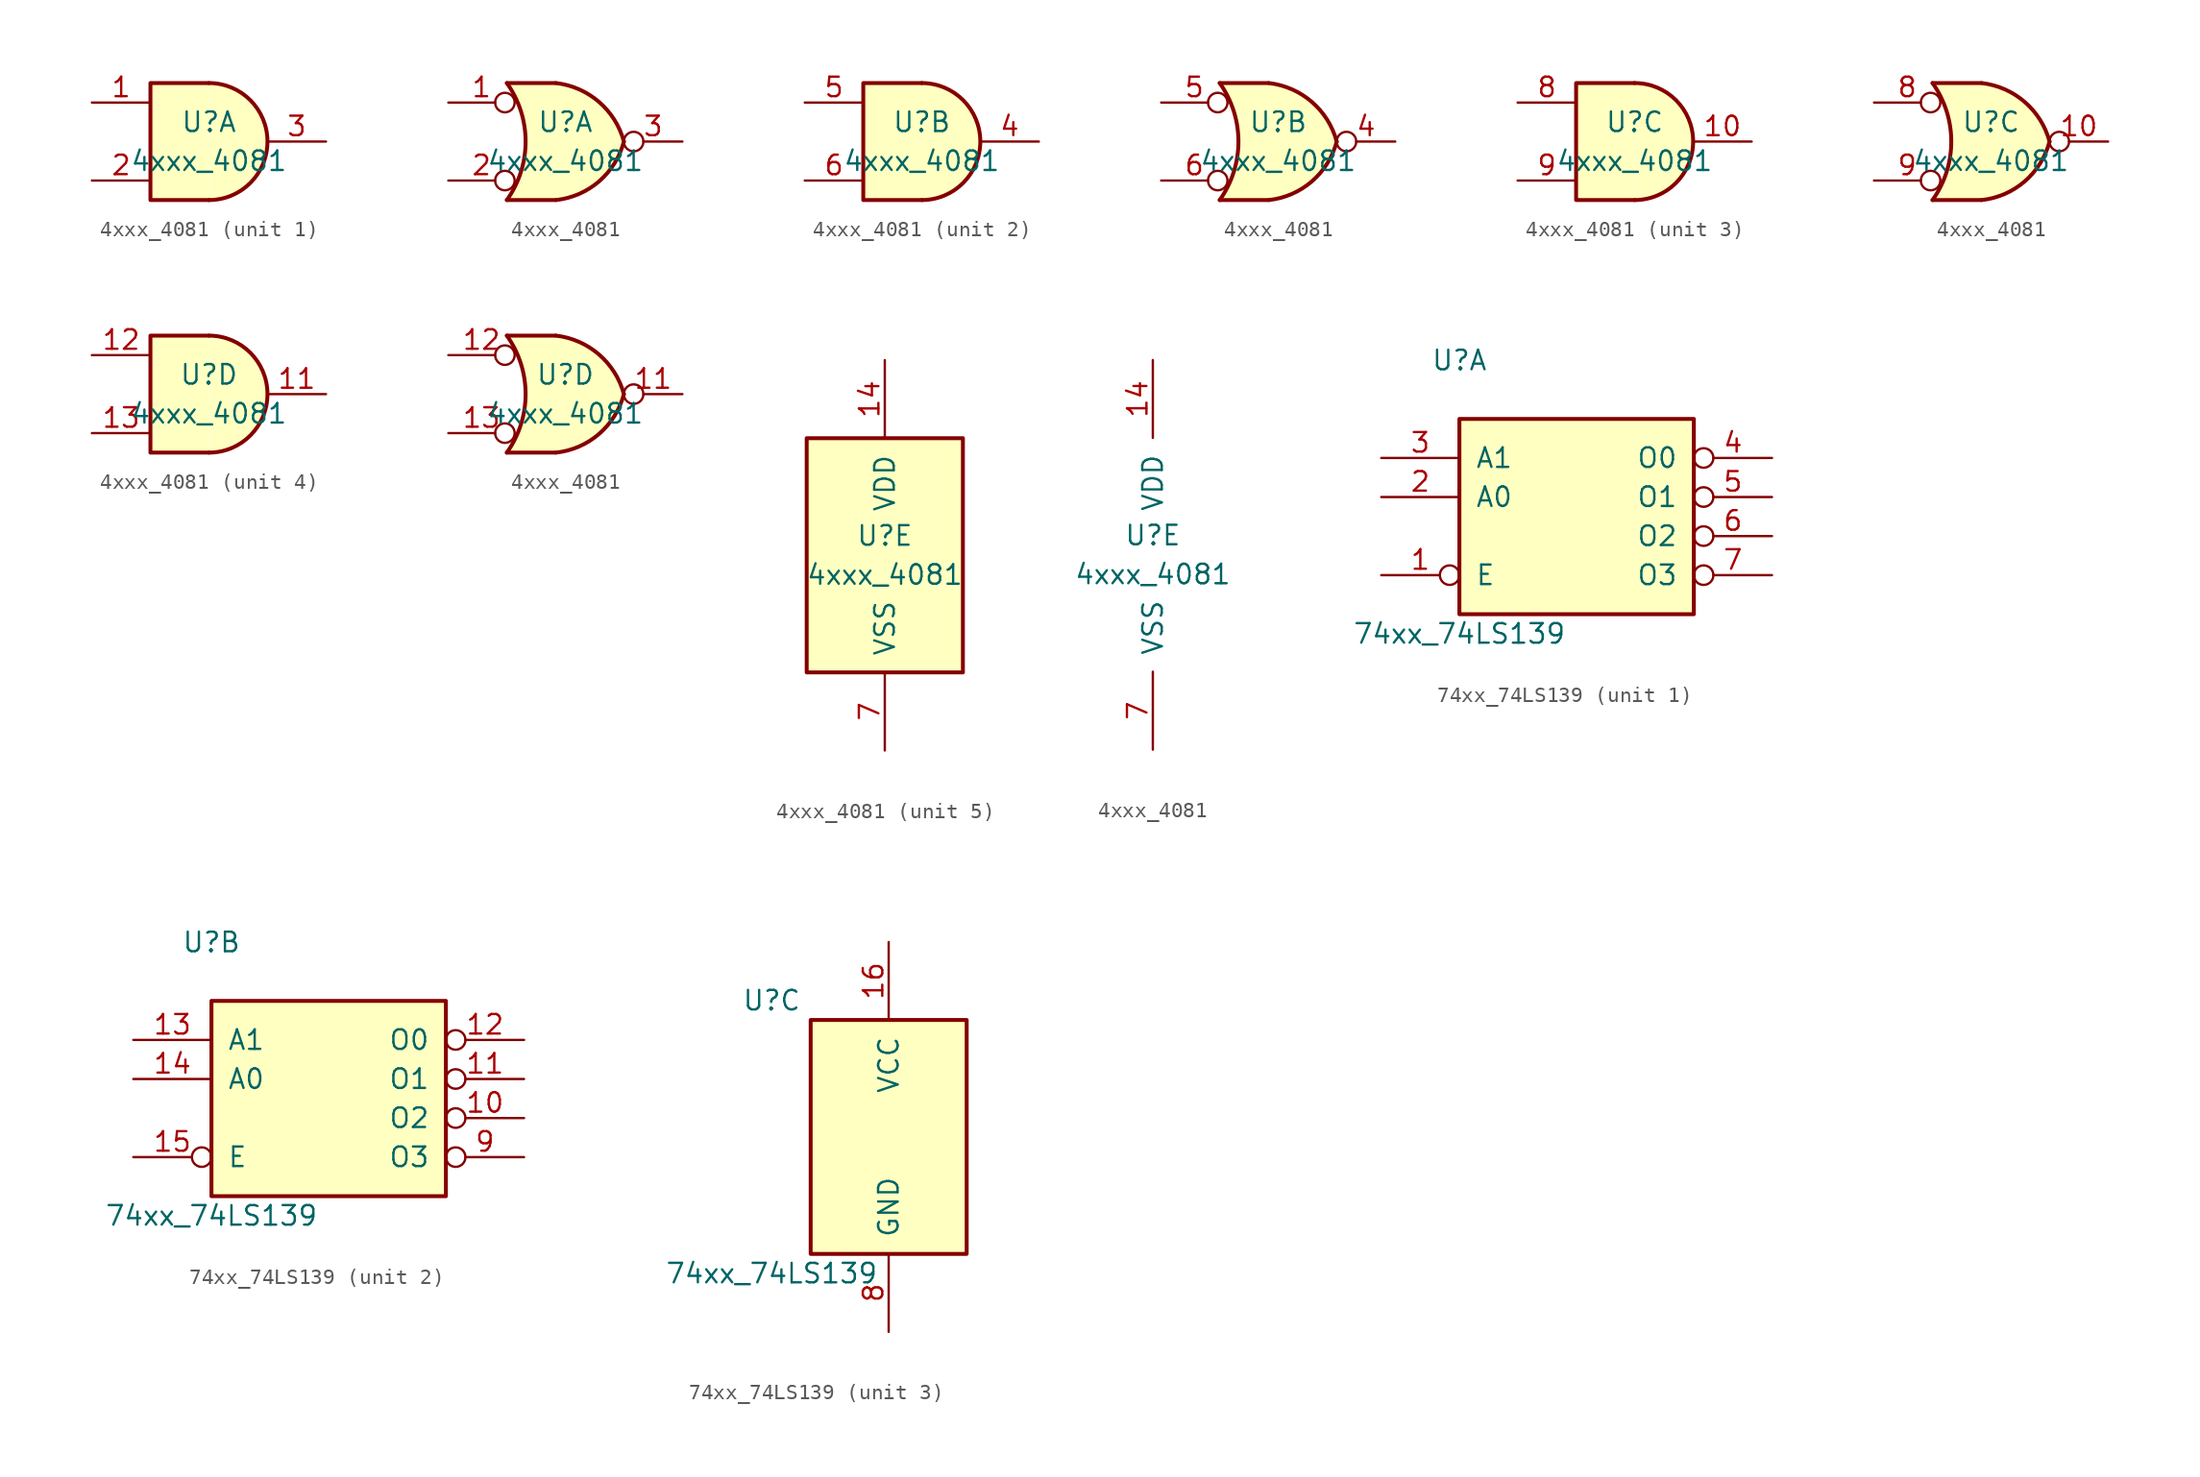
<source format=kicad_sym>
(kicad_symbol_lib
  (version 20241209)
  (generator "kicad_symbol_editor")
  (generator_version "9.0")
  (symbol "4xxx_4081"
    (pin_names
      (offset 1.016))
    (property "Reference" "U"
      (at 0 1.27 0)
      (effects (font (size 1.27 1.27))))
    (property "Value" "4xxx_4081"
      (at 0 -1.27 0)
      (effects (font (size 1.27 1.27))))
    (property "ki_locked" ""
      (at 0 0 0)
      (effects (font (size 1.27 1.27))))
    (symbol "4xxx_4081_1_1"
      (polyline (pts (xy 0 3.81) (xy -3.81 3.81) (xy -3.81 -3.81) (xy 0 -3.81)) (stroke (width 0.254) (type solid)) (fill (type background)))
      (arc (start 0 3.81) (mid 3.81 0) (end 0 -3.81) (stroke (width 0.254) (type solid)) (fill (type background)))
      (pin input line (at -7.62 2.54 0) (length 3.81) (name "~" (effects (font (size 1.27 1.27)))) (number "1" (effects (font (size 1.27 1.27)))))
      (pin input line (at -7.62 -2.54 0) (length 3.81) (name "~" (effects (font (size 1.27 1.27)))) (number "2" (effects (font (size 1.27 1.27)))))
      (pin output line (at 7.62 0 180) (length 3.81) (name "~" (effects (font (size 1.27 1.27)))) (number "3" (effects (font (size 1.27 1.27))))))
    (symbol "4xxx_4081_1_2"
      (arc (start -3.81 3.81) (mid -2.589 0) (end -3.81 -3.81) (stroke (width 0.254) (type solid)) (fill (type none)))
      (polyline (pts (xy -3.81 3.81) (xy -0.635 3.81)) (stroke (width 0.254) (type solid)) (fill (type background)))
      (polyline (pts (xy -3.81 -3.81) (xy -0.635 -3.81)) (stroke (width 0.254) (type solid)) (fill (type background)))
      (arc (start -0.6096 3.81) (mid 2.1842 2.5851) (end 3.81 0) (stroke (width 0.254) (type solid)) (fill (type background)))
      (arc (start 3.81 0) (mid 2.1915 -2.5936) (end -0.6096 -3.81) (stroke (width 0.254) (type solid)) (fill (type background)))
      (polyline (pts (xy -0.635 3.81) (xy -3.81 3.81) (xy -3.81 3.81) (xy -3.556 3.404) (xy -3.023 2.261) (xy -2.692 1.041) (xy -2.616 -0.254) (xy -2.769 -1.499) (xy -3.175 -2.718) (xy -3.81 -3.81) (xy -3.81 -3.81) (xy -0.635 -3.81)) (stroke (width -25.4) (type solid)) (fill (type background)))
      (pin input inverted (at -7.62 2.54 0) (length 4.318) (name "~" (effects (font (size 1.27 1.27)))) (number "1" (effects (font (size 1.27 1.27)))))
      (pin input inverted (at -7.62 -2.54 0) (length 4.318) (name "~" (effects (font (size 1.27 1.27)))) (number "2" (effects (font (size 1.27 1.27)))))
      (pin output inverted (at 7.62 0 180) (length 3.81) (name "~" (effects (font (size 1.27 1.27)))) (number "3" (effects (font (size 1.27 1.27))))))
    (symbol "4xxx_4081_2_1"
      (polyline (pts (xy 0 3.81) (xy -3.81 3.81) (xy -3.81 -3.81) (xy 0 -3.81)) (stroke (width 0.254) (type solid)) (fill (type background)))
      (arc (start 0 3.81) (mid 3.81 0) (end 0 -3.81) (stroke (width 0.254) (type solid)) (fill (type background)))
      (pin input line (at -7.62 2.54 0) (length 3.81) (name "~" (effects (font (size 1.27 1.27)))) (number "5" (effects (font (size 1.27 1.27)))))
      (pin input line (at -7.62 -2.54 0) (length 3.81) (name "~" (effects (font (size 1.27 1.27)))) (number "6" (effects (font (size 1.27 1.27)))))
      (pin output line (at 7.62 0 180) (length 3.81) (name "~" (effects (font (size 1.27 1.27)))) (number "4" (effects (font (size 1.27 1.27))))))
    (symbol "4xxx_4081_2_2"
      (arc (start -3.81 3.81) (mid -2.589 0) (end -3.81 -3.81) (stroke (width 0.254) (type solid)) (fill (type none)))
      (polyline (pts (xy -3.81 3.81) (xy -0.635 3.81)) (stroke (width 0.254) (type solid)) (fill (type background)))
      (polyline (pts (xy -3.81 -3.81) (xy -0.635 -3.81)) (stroke (width 0.254) (type solid)) (fill (type background)))
      (arc (start -0.6096 3.81) (mid 2.1842 2.5851) (end 3.81 0) (stroke (width 0.254) (type solid)) (fill (type background)))
      (arc (start 3.81 0) (mid 2.1915 -2.5936) (end -0.6096 -3.81) (stroke (width 0.254) (type solid)) (fill (type background)))
      (polyline (pts (xy -0.635 3.81) (xy -3.81 3.81) (xy -3.81 3.81) (xy -3.556 3.404) (xy -3.023 2.261) (xy -2.692 1.041) (xy -2.616 -0.254) (xy -2.769 -1.499) (xy -3.175 -2.718) (xy -3.81 -3.81) (xy -3.81 -3.81) (xy -0.635 -3.81)) (stroke (width -25.4) (type solid)) (fill (type background)))
      (pin input inverted (at -7.62 2.54 0) (length 4.318) (name "~" (effects (font (size 1.27 1.27)))) (number "5" (effects (font (size 1.27 1.27)))))
      (pin input inverted (at -7.62 -2.54 0) (length 4.318) (name "~" (effects (font (size 1.27 1.27)))) (number "6" (effects (font (size 1.27 1.27)))))
      (pin output inverted (at 7.62 0 180) (length 3.81) (name "~" (effects (font (size 1.27 1.27)))) (number "4" (effects (font (size 1.27 1.27))))))
    (symbol "4xxx_4081_3_1"
      (polyline (pts (xy 0 3.81) (xy -3.81 3.81) (xy -3.81 -3.81) (xy 0 -3.81)) (stroke (width 0.254) (type solid)) (fill (type background)))
      (arc (start 0 3.81) (mid 3.81 0) (end 0 -3.81) (stroke (width 0.254) (type solid)) (fill (type background)))
      (pin input line (at -7.62 2.54 0) (length 3.81) (name "~" (effects (font (size 1.27 1.27)))) (number "8" (effects (font (size 1.27 1.27)))))
      (pin input line (at -7.62 -2.54 0) (length 3.81) (name "~" (effects (font (size 1.27 1.27)))) (number "9" (effects (font (size 1.27 1.27)))))
      (pin output line (at 7.62 0 180) (length 3.81) (name "~" (effects (font (size 1.27 1.27)))) (number "10" (effects (font (size 1.27 1.27))))))
    (symbol "4xxx_4081_3_2"
      (arc (start -3.81 3.81) (mid -2.589 0) (end -3.81 -3.81) (stroke (width 0.254) (type solid)) (fill (type none)))
      (polyline (pts (xy -3.81 3.81) (xy -0.635 3.81)) (stroke (width 0.254) (type solid)) (fill (type background)))
      (polyline (pts (xy -3.81 -3.81) (xy -0.635 -3.81)) (stroke (width 0.254) (type solid)) (fill (type background)))
      (arc (start -0.6096 3.81) (mid 2.1842 2.5851) (end 3.81 0) (stroke (width 0.254) (type solid)) (fill (type background)))
      (arc (start 3.81 0) (mid 2.1915 -2.5936) (end -0.6096 -3.81) (stroke (width 0.254) (type solid)) (fill (type background)))
      (polyline (pts (xy -0.635 3.81) (xy -3.81 3.81) (xy -3.81 3.81) (xy -3.556 3.404) (xy -3.023 2.261) (xy -2.692 1.041) (xy -2.616 -0.254) (xy -2.769 -1.499) (xy -3.175 -2.718) (xy -3.81 -3.81) (xy -3.81 -3.81) (xy -0.635 -3.81)) (stroke (width -25.4) (type solid)) (fill (type background)))
      (pin input inverted (at -7.62 2.54 0) (length 4.318) (name "~" (effects (font (size 1.27 1.27)))) (number "8" (effects (font (size 1.27 1.27)))))
      (pin input inverted (at -7.62 -2.54 0) (length 4.318) (name "~" (effects (font (size 1.27 1.27)))) (number "9" (effects (font (size 1.27 1.27)))))
      (pin output inverted (at 7.62 0 180) (length 3.81) (name "~" (effects (font (size 1.27 1.27)))) (number "10" (effects (font (size 1.27 1.27))))))
    (symbol "4xxx_4081_4_1"
      (polyline (pts (xy 0 3.81) (xy -3.81 3.81) (xy -3.81 -3.81) (xy 0 -3.81)) (stroke (width 0.254) (type solid)) (fill (type background)))
      (arc (start 0 3.81) (mid 3.81 0) (end 0 -3.81) (stroke (width 0.254) (type solid)) (fill (type background)))
      (pin input line (at -7.62 2.54 0) (length 3.81) (name "~" (effects (font (size 1.27 1.27)))) (number "12" (effects (font (size 1.27 1.27)))))
      (pin input line (at -7.62 -2.54 0) (length 3.81) (name "~" (effects (font (size 1.27 1.27)))) (number "13" (effects (font (size 1.27 1.27)))))
      (pin output line (at 7.62 0 180) (length 3.81) (name "~" (effects (font (size 1.27 1.27)))) (number "11" (effects (font (size 1.27 1.27))))))
    (symbol "4xxx_4081_4_2"
      (arc (start -3.81 3.81) (mid -2.589 0) (end -3.81 -3.81) (stroke (width 0.254) (type solid)) (fill (type none)))
      (polyline (pts (xy -3.81 3.81) (xy -0.635 3.81)) (stroke (width 0.254) (type solid)) (fill (type background)))
      (polyline (pts (xy -3.81 -3.81) (xy -0.635 -3.81)) (stroke (width 0.254) (type solid)) (fill (type background)))
      (arc (start -0.6096 3.81) (mid 2.1842 2.5851) (end 3.81 0) (stroke (width 0.254) (type solid)) (fill (type background)))
      (arc (start 3.81 0) (mid 2.1915 -2.5936) (end -0.6096 -3.81) (stroke (width 0.254) (type solid)) (fill (type background)))
      (polyline (pts (xy -0.635 3.81) (xy -3.81 3.81) (xy -3.81 3.81) (xy -3.556 3.404) (xy -3.023 2.261) (xy -2.692 1.041) (xy -2.616 -0.254) (xy -2.769 -1.499) (xy -3.175 -2.718) (xy -3.81 -3.81) (xy -3.81 -3.81) (xy -0.635 -3.81)) (stroke (width -25.4) (type solid)) (fill (type background)))
      (pin input inverted (at -7.62 2.54 0) (length 4.318) (name "~" (effects (font (size 1.27 1.27)))) (number "12" (effects (font (size 1.27 1.27)))))
      (pin input inverted (at -7.62 -2.54 0) (length 4.318) (name "~" (effects (font (size 1.27 1.27)))) (number "13" (effects (font (size 1.27 1.27)))))
      (pin output inverted (at 7.62 0 180) (length 3.81) (name "~" (effects (font (size 1.27 1.27)))) (number "11" (effects (font (size 1.27 1.27))))))
    (symbol "4xxx_4081_5_0"
      (pin power_in line (at 0 12.7 270) (length 5.08) (name "VDD" (effects (font (size 1.27 1.27)))) (number "14" (effects (font (size 1.27 1.27)))))
      (pin power_in line (at 0 -12.7 90) (length 5.08) (name "VSS" (effects (font (size 1.27 1.27)))) (number "7" (effects (font (size 1.27 1.27))))))
    (symbol "4xxx_4081_5_1"
      (rectangle (start -5.08 7.62) (end 5.08 -7.62) (stroke (width 0.254) (type solid)) (fill (type background)))))
  (symbol "74xx_74LS139"
    (pin_names
      (offset 1.016))
    (property "Reference" "U"
      (at -7.62 8.89 0)
      (effects (font (size 1.27 1.27))))
    (property "Value" "74xx_74LS139"
      (at -7.62 -8.89 0)
      (effects (font (size 1.27 1.27))))
    (property "ki_locked" ""
      (at 0 0 0)
      (effects (font (size 1.27 1.27))))
    (symbol "74xx_74LS139_1_0"
      (pin input line (at -12.7 2.54 0) (length 5.08) (name "A1" (effects (font (size 1.27 1.27)))) (number "3" (effects (font (size 1.27 1.27)))))
      (pin input line (at -12.7 0 0) (length 5.08) (name "A0" (effects (font (size 1.27 1.27)))) (number "2" (effects (font (size 1.27 1.27)))))
      (pin input inverted (at -12.7 -5.08 0) (length 5.08) (name "E" (effects (font (size 1.27 1.27)))) (number "1" (effects (font (size 1.27 1.27)))))
      (pin output inverted (at 12.7 2.54 180) (length 5.08) (name "O0" (effects (font (size 1.27 1.27)))) (number "4" (effects (font (size 1.27 1.27)))))
      (pin output inverted (at 12.7 0 180) (length 5.08) (name "O1" (effects (font (size 1.27 1.27)))) (number "5" (effects (font (size 1.27 1.27)))))
      (pin output inverted (at 12.7 -2.54 180) (length 5.08) (name "O2" (effects (font (size 1.27 1.27)))) (number "6" (effects (font (size 1.27 1.27)))))
      (pin output inverted (at 12.7 -5.08 180) (length 5.08) (name "O3" (effects (font (size 1.27 1.27)))) (number "7" (effects (font (size 1.27 1.27))))))
    (symbol "74xx_74LS139_1_1"
      (rectangle (start -7.62 5.08) (end 7.62 -7.62) (stroke (width 0.254) (type solid)) (fill (type background))))
    (symbol "74xx_74LS139_2_0"
      (pin input line (at -12.7 2.54 0) (length 5.08) (name "A1" (effects (font (size 1.27 1.27)))) (number "13" (effects (font (size 1.27 1.27)))))
      (pin input line (at -12.7 0 0) (length 5.08) (name "A0" (effects (font (size 1.27 1.27)))) (number "14" (effects (font (size 1.27 1.27)))))
      (pin input inverted (at -12.7 -5.08 0) (length 5.08) (name "E" (effects (font (size 1.27 1.27)))) (number "15" (effects (font (size 1.27 1.27)))))
      (pin output inverted (at 12.7 2.54 180) (length 5.08) (name "O0" (effects (font (size 1.27 1.27)))) (number "12" (effects (font (size 1.27 1.27)))))
      (pin output inverted (at 12.7 0 180) (length 5.08) (name "O1" (effects (font (size 1.27 1.27)))) (number "11" (effects (font (size 1.27 1.27)))))
      (pin output inverted (at 12.7 -2.54 180) (length 5.08) (name "O2" (effects (font (size 1.27 1.27)))) (number "10" (effects (font (size 1.27 1.27)))))
      (pin output inverted (at 12.7 -5.08 180) (length 5.08) (name "O3" (effects (font (size 1.27 1.27)))) (number "9" (effects (font (size 1.27 1.27))))))
    (symbol "74xx_74LS139_2_1"
      (rectangle (start -7.62 5.08) (end 7.62 -7.62) (stroke (width 0.254) (type solid)) (fill (type background))))
    (symbol "74xx_74LS139_3_0"
      (pin power_in line (at 0 12.7 270) (length 5.08) (name "VCC" (effects (font (size 1.27 1.27)))) (number "16" (effects (font (size 1.27 1.27)))))
      (pin power_in line (at 0 -12.7 90) (length 5.08) (name "GND" (effects (font (size 1.27 1.27)))) (number "8" (effects (font (size 1.27 1.27))))))
    (symbol "74xx_74LS139_3_1"
      (rectangle (start -5.08 7.62) (end 5.08 -7.62) (stroke (width 0.254) (type solid)) (fill (type background))))))
</source>
